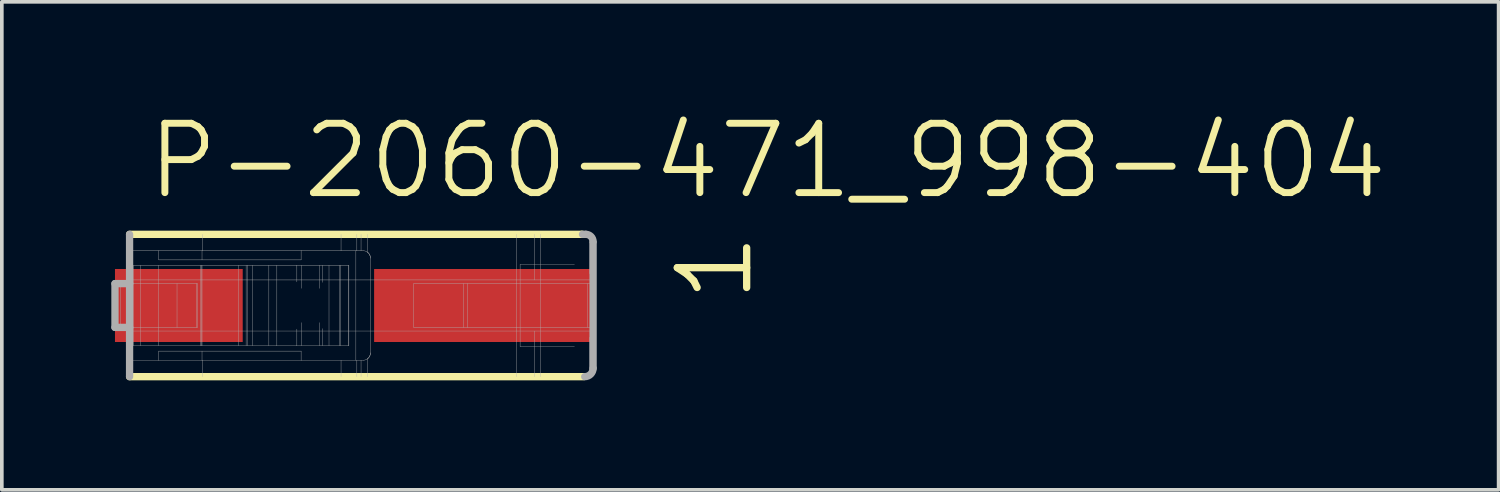
<source format=kicad_pcb>
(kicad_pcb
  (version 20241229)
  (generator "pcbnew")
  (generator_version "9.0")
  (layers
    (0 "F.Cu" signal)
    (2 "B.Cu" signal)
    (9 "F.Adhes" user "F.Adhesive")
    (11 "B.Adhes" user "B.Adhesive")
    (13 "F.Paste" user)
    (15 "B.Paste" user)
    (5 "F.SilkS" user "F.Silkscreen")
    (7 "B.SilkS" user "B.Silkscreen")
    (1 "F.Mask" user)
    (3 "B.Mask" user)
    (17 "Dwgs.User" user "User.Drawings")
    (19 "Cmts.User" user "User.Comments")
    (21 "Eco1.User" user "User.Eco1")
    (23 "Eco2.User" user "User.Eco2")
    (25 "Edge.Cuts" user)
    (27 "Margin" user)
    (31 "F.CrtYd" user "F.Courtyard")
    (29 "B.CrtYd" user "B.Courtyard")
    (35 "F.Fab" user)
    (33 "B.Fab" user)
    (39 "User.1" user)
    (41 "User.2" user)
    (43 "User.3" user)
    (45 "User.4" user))
  (footprint "P-2060-471_998-404"
    (layer "F.Cu")
    (at 9.075 5.32)
    (property "Reference" "P-2060-471_998-404" (at -8.185 -2.85 0) (layer "F.SilkS") (effects (font (size 1.9 1.9) (thickness 0.19)) (justify left bottom)))
    (attr through_hole)
    (fp_line (start -8.575 1.95) (end 3.864 1.95) (stroke (width 0.2) (type solid)) (layer "F.SilkS"))
    (fp_line (start 3.8 -1.95) (end -8.575 -1.95) (stroke (width 0.2) (type solid)) (layer "F.SilkS"))
    (fp_line (start 3.815 -1.95) (end 3.835 -1.95) (stroke (width 0.2) (type solid)) (layer "F.SilkS"))
    (fp_line (start -8.975 0.6) (end -8.975 -0.6) (stroke (width 0.2) (type solid)) (layer "F.Fab"))
    (fp_line (start -8.825 0.6) (end -8.825 -0.6) (stroke (width 0.01) (type solid)) (layer "F.Fab"))
    (fp_line (start -8.575 -1.95) (end -8.575 -0.6) (stroke (width 0.2) (type solid)) (layer "F.Fab"))
    (fp_line (start -8.575 -1.5) (end -7.775 -1.5) (stroke (width 0.01) (type solid)) (layer "F.Fab"))
    (fp_line (start -8.575 -0.7) (end 4.125 -0.7) (stroke (width 0.01) (type solid)) (layer "F.Fab"))
    (fp_line (start -8.575 -0.6) (end -8.975 -0.6) (stroke (width 0.2) (type solid)) (layer "F.Fab"))
    (fp_line (start -8.575 -0.6) (end -8.575 0.6) (stroke (width 0.2) (type solid)) (layer "F.Fab"))
    (fp_line (start -8.575 -0.6) (end -6.714 -0.6) (stroke (width 0.01) (type solid)) (layer "F.Fab"))
    (fp_line (start -8.575 0.6) (end -8.975 0.6) (stroke (width 0.2) (type solid)) (layer "F.Fab"))
    (fp_line (start -8.575 0.6) (end -8.575 1.95) (stroke (width 0.2) (type solid)) (layer "F.Fab"))
    (fp_line (start -8.575 0.6) (end -6.714 0.6) (stroke (width 0.01) (type solid)) (layer "F.Fab"))
    (fp_line (start -8.475 -1.1) (end -8.475 1.1) (stroke (width 0.01) (type solid)) (layer "F.Fab"))
    (fp_line (start -8.275 1.1) (end -8.275 -1.1) (stroke (width 0.01) (type solid)) (layer "F.Fab"))
    (fp_line (start -7.775 -1.5) (end -7.775 -1.25) (stroke (width 0.01) (type solid)) (layer "F.Fab"))
    (fp_line (start -7.775 -1.5) (end -6.59 -1.5) (stroke (width 0.01) (type solid)) (layer "F.Fab"))
    (fp_line (start -7.775 -1.25) (end -3.875 -1.25) (stroke (width 0.01) (type solid)) (layer "F.Fab"))
    (fp_line (start -7.775 -1.1) (end -7.775 1.1) (stroke (width 0.01) (type solid)) (layer "F.Fab"))
    (fp_line (start -7.775 1.5) (end -8.575 1.5) (stroke (width 0.01) (type solid)) (layer "F.Fab"))
    (fp_line (start -7.775 1.5) (end -7.775 1.25) (stroke (width 0.01) (type solid)) (layer "F.Fab"))
    (fp_line (start -7.275 0.6) (end -7.275 -0.6) (stroke (width 0.01) (type solid)) (layer "F.Fab"))
    (fp_line (start -6.747 0.6) (end -6.747 -0.6) (stroke (width 0.01) (type solid)) (layer "F.Fab"))
    (fp_line (start -6.714 0.6) (end -6.714 -0.6) (stroke (width 0.01) (type solid)) (layer "F.Fab"))
    (fp_line (start -6.634 1.1) (end -6.634 -1.1) (stroke (width 0.01) (type solid)) (layer "F.Fab"))
    (fp_line (start -6.599 1.1) (end -6.599 -1.1) (stroke (width 0.01) (type solid)) (layer "F.Fab"))
    (fp_line (start -6.59 -1.5) (end -6.59 -1.25) (stroke (width 0.01) (type solid)) (layer "F.Fab"))
    (fp_line (start -6.59 -1.5) (end -3.875 -1.5) (stroke (width 0.01) (type solid)) (layer "F.Fab"))
    (fp_line (start -6.59 1.1) (end -6.59 -1.1) (stroke (width 0.01) (type solid)) (layer "F.Fab"))
    (fp_line (start -6.59 1.5) (end -7.775 1.5) (stroke (width 0.01) (type solid)) (layer "F.Fab"))
    (fp_line (start -6.59 1.5) (end -6.59 1.25) (stroke (width 0.01) (type solid)) (layer "F.Fab"))
    (fp_line (start -6.575 -1.95) (end -6.575 -1.5) (stroke (width 0.01) (type solid)) (layer "F.Fab"))
    (fp_line (start -6.575 1.5) (end -6.575 1.95) (stroke (width 0.01) (type solid)) (layer "F.Fab"))
    (fp_line (start -5.592 1.1) (end -5.592 -1.1) (stroke (width 0.01) (type solid)) (layer "F.Fab"))
    (fp_line (start -5.382 1.1) (end -5.382 -1.1) (stroke (width 0.01) (type solid)) (layer "F.Fab"))
    (fp_line (start -5.353 1.1) (end -5.353 -1.1) (stroke (width 0.01) (type solid)) (layer "F.Fab"))
    (fp_line (start -5.21 1.1) (end -5.21 -1.1) (stroke (width 0.01) (type solid)) (layer "F.Fab"))
    (fp_line (start -4.759 1.1) (end -4.759 -1.1) (stroke (width 0.01) (type solid)) (layer "F.Fab"))
    (fp_line (start -4.54 1.1) (end -8.475 1.1) (stroke (width 0.01) (type solid)) (layer "F.Fab"))
    (fp_line (start -4.54 1.1) (end -4.54 -1.1) (stroke (width 0.01) (type solid)) (layer "F.Fab"))
    (fp_line (start -3.992 -1.1) (end -8.475 -1.1) (stroke (width 0.01) (type solid)) (layer "F.Fab"))
    (fp_line (start -3.992 -0.647) (end -3.992 -1.1) (stroke (width 0.01) (type solid)) (layer "F.Fab"))
    (fp_line (start -3.992 1.1) (end -4.54 1.1) (stroke (width 0.01) (type solid)) (layer "F.Fab"))
    (fp_line (start -3.992 1.1) (end -3.992 0.647) (stroke (width 0.01) (type solid)) (layer "F.Fab"))
    (fp_line (start -3.875 -1.5) (end -3.875 -1.25) (stroke (width 0.01) (type solid)) (layer "F.Fab"))
    (fp_line (start -3.875 -1.5) (end -2.175 -1.5) (stroke (width 0.01) (type solid)) (layer "F.Fab"))
    (fp_line (start -3.875 1.25) (end -7.775 1.25) (stroke (width 0.01) (type solid)) (layer "F.Fab"))
    (fp_line (start -3.875 1.5) (end -6.59 1.5) (stroke (width 0.01) (type solid)) (layer "F.Fab"))
    (fp_line (start -3.875 1.5) (end -3.875 1.25) (stroke (width 0.01) (type solid)) (layer "F.Fab"))
    (fp_line (start -3.873 -0.47) (end -3.873 -1.1) (stroke (width 0.01) (type solid)) (layer "F.Fab"))
    (fp_line (start -3.873 1.1) (end -3.873 0.47) (stroke (width 0.01) (type solid)) (layer "F.Fab"))
    (fp_line (start -3.374 -0.469) (end -3.374 -1.1) (stroke (width 0.01) (type solid)) (layer "F.Fab"))
    (fp_line (start -3.374 1.1) (end -3.374 0.469) (stroke (width 0.01) (type solid)) (layer "F.Fab"))
    (fp_line (start -3.296 -0.634) (end -3.296 -1.1) (stroke (width 0.01) (type solid)) (layer "F.Fab"))
    (fp_line (start -3.296 1.1) (end -3.296 0.634) (stroke (width 0.01) (type solid)) (layer "F.Fab"))
    (fp_line (start -3.111 1.1) (end -3.111 -1.1) (stroke (width 0.01) (type solid)) (layer "F.Fab"))
    (fp_line (start -2.817 1.1) (end -2.817 -1.1) (stroke (width 0.01) (type solid)) (layer "F.Fab"))
    (fp_line (start -2.788 1.1) (end -2.788 -1.1) (stroke (width 0.01) (type solid)) (layer "F.Fab"))
    (fp_line (start -2.781 -1.95) (end -2.781 -1.5) (stroke (width 0.01) (type solid)) (layer "F.Fab"))
    (fp_line (start -2.781 1.5) (end -2.781 1.95) (stroke (width 0.01) (type solid)) (layer "F.Fab"))
    (fp_line (start -2.577 1.1) (end -3.992 1.1) (stroke (width 0.01) (type solid)) (layer "F.Fab"))
    (fp_line (start -2.577 1.1) (end -2.577 -1.1) (stroke (width 0.01) (type solid)) (layer "F.Fab"))
    (fp_line (start -2.567 -1.1) (end -3.992 -1.1) (stroke (width 0.01) (type solid)) (layer "F.Fab"))
    (fp_line (start -2.567 1.1) (end -2.577 1.1) (stroke (width 0.01) (type solid)) (layer "F.Fab"))
    (fp_line (start -2.567 1.1) (end -2.567 -1.1) (stroke (width 0.01) (type solid)) (layer "F.Fab"))
    (fp_line (start -2.375 -1.5) (end -2.375 1.5) (stroke (width 0.01) (type solid)) (layer "F.Fab"))
    (fp_line (start -2.348 -1.95) (end -2.348 -1.5) (stroke (width 0.01) (type solid)) (layer "F.Fab"))
    (fp_line (start -2.348 1.5) (end -2.348 1.95) (stroke (width 0.01) (type solid)) (layer "F.Fab"))
    (fp_line (start -2.233 -1.95) (end -2.233 -1.5) (stroke (width 0.01) (type solid)) (layer "F.Fab"))
    (fp_line (start -2.233 1.5) (end -2.233 1.95) (stroke (width 0.01) (type solid)) (layer "F.Fab"))
    (fp_line (start -2.175 1.5) (end -3.875 1.5) (stroke (width 0.01) (type solid)) (layer "F.Fab"))
    (fp_line (start -2.059 -1.95) (end -2.059 -1.463) (stroke (width 0.01) (type solid)) (layer "F.Fab"))
    (fp_line (start -2.059 1.463) (end -2.059 1.95) (stroke (width 0.01) (type solid)) (layer "F.Fab"))
    (fp_line (start -1.975 -1.3) (end -1.975 1.3) (stroke (width 0.01) (type solid)) (layer "F.Fab"))
    (fp_line (start -0.792 -0.6) (end -0.792 0.6) (stroke (width 0.01) (type solid)) (layer "F.Fab"))
    (fp_line (start -0.792 0.6) (end 0.574 0.6) (stroke (width 0.01) (type solid)) (layer "F.Fab"))
    (fp_line (start 0.574 0.6) (end 0.574 -0.6) (stroke (width 0.01) (type solid)) (layer "F.Fab"))
    (fp_line (start 0.574 0.6) (end 0.679 0.6) (stroke (width 0.01) (type solid)) (layer "F.Fab"))
    (fp_line (start 0.679 0.6) (end 0.679 -0.6) (stroke (width 0.01) (type solid)) (layer "F.Fab"))
    (fp_line (start 0.679 0.6) (end 3.975 0.6) (stroke (width 0.01) (type solid)) (layer "F.Fab"))
    (fp_line (start 2.025 -1.95) (end 2.025 1.95) (stroke (width 0.01) (type solid)) (layer "F.Fab"))
    (fp_line (start 2.125 1.125) (end 2.125 -1.125) (stroke (width 0.01) (type solid)) (layer "F.Fab"))
    (fp_line (start 2.125 1.125) (end 3.613 1.125) (stroke (width 0.01) (type solid)) (layer "F.Fab"))
    (fp_line (start 2.525 -1.95) (end 2.525 -0.7) (stroke (width 0.01) (type solid)) (layer "F.Fab"))
    (fp_line (start 2.525 0.7) (end 2.525 1.95) (stroke (width 0.01) (type solid)) (layer "F.Fab"))
    (fp_line (start 2.675 -1.95) (end 2.675 1.95) (stroke (width 0.01) (type solid)) (layer "F.Fab"))
    (fp_line (start 3.613 -1.125) (end 2.125 -1.125) (stroke (width 0.01) (type solid)) (layer "F.Fab"))
    (fp_line (start 3.925 -1.95) (end 3.835 -1.95) (stroke (width 0.2) (type solid)) (layer "F.Fab"))
    (fp_line (start 3.975 0.6) (end 3.975 -0.6) (stroke (width 0.01) (type solid)) (layer "F.Fab"))
    (fp_line (start 3.975 0.6) (end 4.125 0.6) (stroke (width 0.01) (type solid)) (layer "F.Fab"))
    (fp_line (start 4.024 -1.745) (end 4.024 -0.87) (stroke (width 0.01) (type solid)) (layer "F.Fab"))
    (fp_line (start 4.024 0.87) (end 4.024 1.789) (stroke (width 0.01) (type solid)) (layer "F.Fab"))
    (fp_line (start 4.125 -1.73) (end 4.125 1.72) (stroke (width 0.2) (type solid)) (layer "F.Fab"))
    (fp_line (start 4.125 -0.6) (end -0.792 -0.6) (stroke (width 0.01) (type solid)) (layer "F.Fab"))
    (fp_line (start 4.125 0.7) (end -8.575 0.7) (stroke (width 0.01) (type solid)) (layer "F.Fab"))
    (fp_arc (start -2.175001 -1.5) (mid -2.114404 -1.490609) (end -2.0595 -1.4633) (stroke (width 0.01) (type solid)) (layer "F.Fab"))
    (fp_arc (start -2.0595 -1.463299) (mid -1.997372 -1.391936) (end -1.975 -1.3) (stroke (width 0.01) (type solid)) (layer "F.Fab"))
    (fp_arc (start -2.0595 -1.463299) (mid -1.997372 -1.391936) (end -1.975 -1.3) (stroke (width 0.01) (type solid)) (layer "F.Fab"))
    (fp_arc (start -2.059499 1.4633) (mid -2.114403 1.490609) (end -2.175 1.5) (stroke (width 0.01) (type solid)) (layer "F.Fab"))
    (fp_arc (start -1.974999 1.3) (mid -1.997371 1.391936) (end -2.0595 1.4633) (stroke (width 0.01) (type solid)) (layer "F.Fab"))
    (fp_arc (start -1.974999 1.3) (mid -1.997371 1.391936) (end -2.0595 1.4633) (stroke (width 0.01) (type solid)) (layer "F.Fab"))
    (fp_arc (start 3.835 -1.95) (mid 3.96935 -1.89435) (end 4.025 -1.76) (stroke (width 0.01) (type solid)) (layer "F.Fab"))
    (fp_arc (start 3.925 -1.95) (mid 4.066421 -1.891421) (end 4.125 -1.75) (stroke (width 0.2) (type solid)) (layer "F.Fab"))
    (fp_arc (start 4.025 1.8) (mid 3.981066 1.906066) (end 3.875 1.95) (stroke (width 0.01) (type solid)) (layer "F.Fab"))
    (fp_arc (start 4.125 1.72) (mid 4.057635 1.882635) (end 3.895 1.95) (stroke (width 0.2) (type solid)) (layer "F.Fab"))
    (fp_text user "1" (at 8.575 0 90) (layer "F.SilkS") (effects (font (size 1.9 1.9) (thickness 0.2)) (justify left bottom)))
    (pad "1" smd rect (at -7.225 0) (size 3.5 2) (layers "F.Cu" "F.Mask" "F.Paste"))
    (pad "1" smd rect (at 1.125 0) (size 6 2) (layers "F.Cu" "F.Mask" "F.Paste")))
  (gr_rect
    (start -3 -3)
    (end 38.009 10.37)
    (stroke (width 0.1) (type default))
    (fill no)
    (layer "Edge.Cuts")))
</source>
